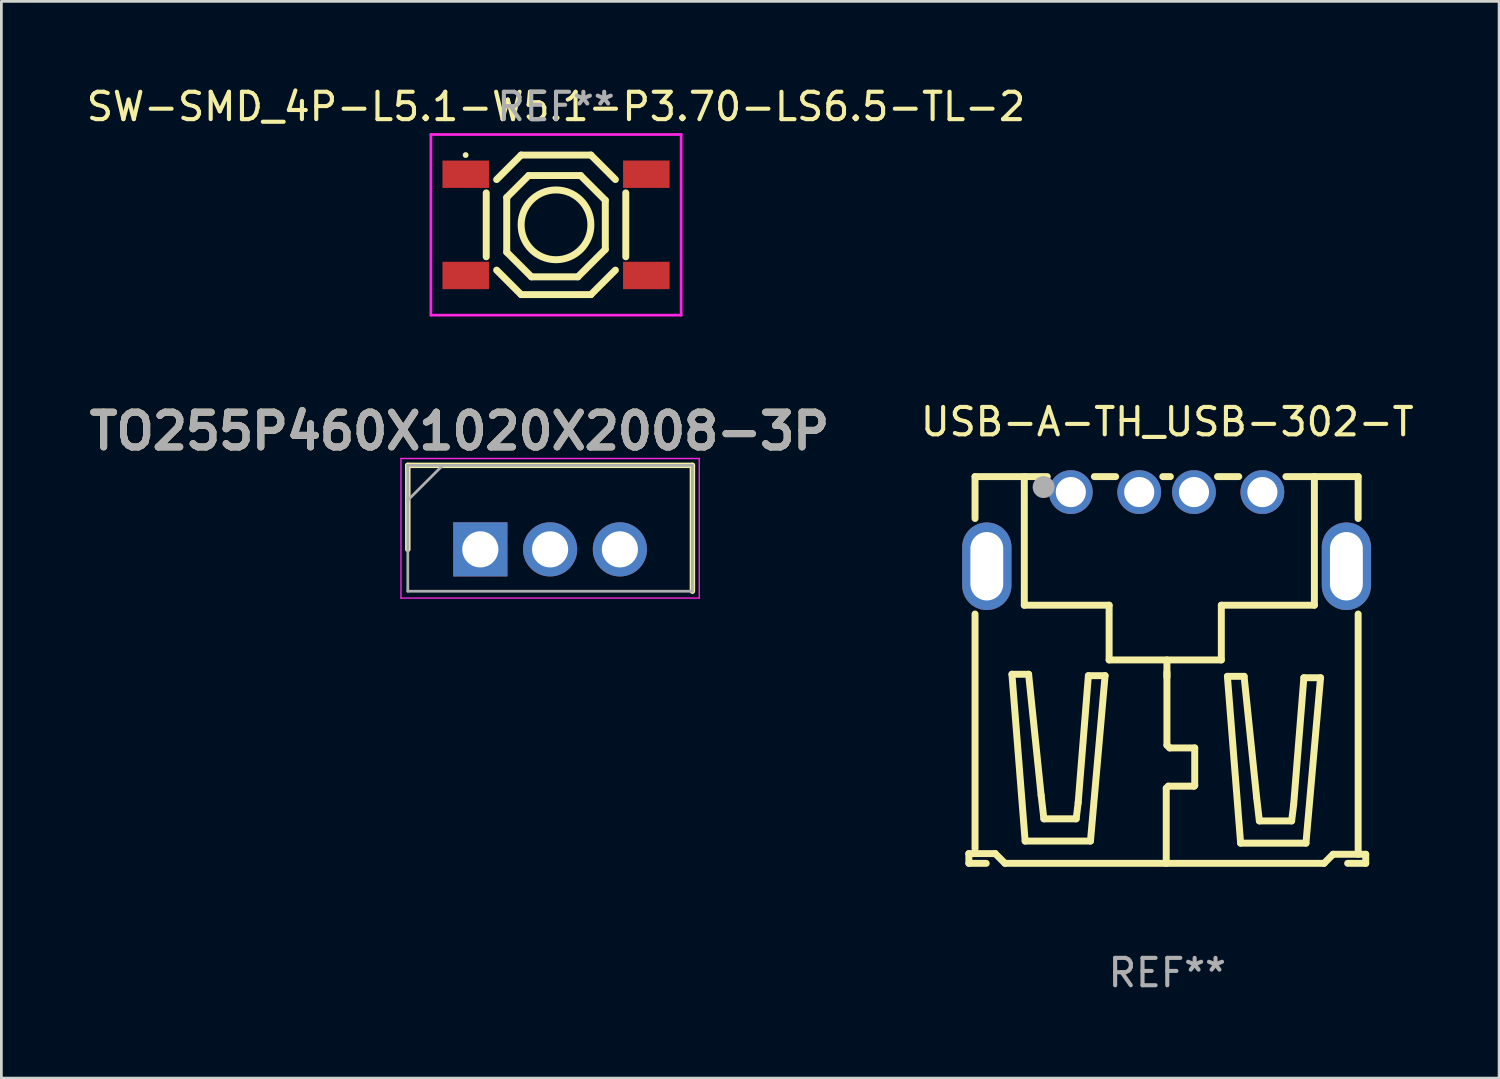
<source format=kicad_pcb>
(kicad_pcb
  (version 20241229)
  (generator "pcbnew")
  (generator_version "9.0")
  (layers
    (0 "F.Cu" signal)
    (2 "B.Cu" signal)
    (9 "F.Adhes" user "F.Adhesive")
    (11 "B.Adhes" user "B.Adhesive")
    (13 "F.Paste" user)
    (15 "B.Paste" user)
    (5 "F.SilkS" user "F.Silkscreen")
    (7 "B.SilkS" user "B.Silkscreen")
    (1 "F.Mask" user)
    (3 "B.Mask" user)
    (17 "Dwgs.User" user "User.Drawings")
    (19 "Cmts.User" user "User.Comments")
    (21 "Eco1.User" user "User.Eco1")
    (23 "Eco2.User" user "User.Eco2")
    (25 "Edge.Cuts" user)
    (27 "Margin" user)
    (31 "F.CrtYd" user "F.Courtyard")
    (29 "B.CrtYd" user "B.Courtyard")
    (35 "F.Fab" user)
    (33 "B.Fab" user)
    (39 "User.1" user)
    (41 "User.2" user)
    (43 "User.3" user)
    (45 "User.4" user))
  (footprint "USB-A-TH_USB-302-T"
    (layer "F.Cu")
    (at 39.605 21.432)
    (property "Reference" "USB-A-TH_USB-302-T" (at 0 -9.066 0) (layer "F.SilkS") (effects (font (size 1 1) (thickness 0.15))))
    (attr through_hole)
    (fp_line (start -7.252 6.71) (end -6.287 6.71) (stroke (width 0.254) (type solid)) (layer "F.SilkS"))
    (fp_line (start -7.252 7.066) (end -6.617 7.066) (stroke (width 0.254) (type solid)) (layer "F.SilkS"))
    (fp_line (start -7.249 7.066) (end -7.252 6.71) (stroke (width 0.254) (type solid)) (layer "F.SilkS"))
    (fp_line (start -7.025 -7.066) (end -4.387 -7.066) (stroke (width 0.254) (type solid)) (layer "F.SilkS"))
    (fp_line (start -7.025 -5.536) (end -7.025 -7.066) (stroke (width 0.254) (type solid)) (layer "F.SilkS"))
    (fp_line (start -7.025 6.535) (end -7.025 -2.044) (stroke (width 0.254) (type solid)) (layer "F.SilkS"))
    (fp_line (start -6.287 6.71) (end -5.931 7.066) (stroke (width 0.254) (type solid)) (layer "F.SilkS"))
    (fp_line (start -5.931 7.066) (end 5.728 7.066) (stroke (width 0.254) (type solid)) (layer "F.SilkS"))
    (fp_line (start -5.677 0.157) (end -5.194 6.253) (stroke (width 0.254) (type solid)) (layer "F.SilkS"))
    (fp_line (start -5.225 -7.066) (end -5.225 -2.366) (stroke (width 0.254) (type solid)) (layer "F.SilkS"))
    (fp_line (start -5.225 -2.366) (end -2.125 -2.366) (stroke (width 0.254) (type solid)) (layer "F.SilkS"))
    (fp_line (start -5.194 6.253) (end -2.807 6.253) (stroke (width 0.254) (type solid)) (layer "F.SilkS"))
    (fp_line (start -5.067 0.157) (end -5.677 0.157) (stroke (width 0.254) (type solid)) (layer "F.SilkS"))
    (fp_line (start -4.61 4.576) (end -5.067 0.157) (stroke (width 0.254) (type solid)) (layer "F.SilkS"))
    (fp_line (start -4.509 5.44) (end -4.61 4.576) (stroke (width 0.254) (type solid)) (layer "F.SilkS"))
    (fp_line (start -3.33 5.44) (end -4.509 5.44) (stroke (width 0.254) (type solid)) (layer "F.SilkS"))
    (fp_line (start -3.256 4.846) (end -3.33 5.44) (stroke (width 0.254) (type solid)) (layer "F.SilkS"))
    (fp_line (start -2.883 0.208) (end -3.256 4.846) (stroke (width 0.254) (type solid)) (layer "F.SilkS"))
    (fp_line (start -2.807 6.253) (end -2.273 0.208) (stroke (width 0.254) (type solid)) (layer "F.SilkS"))
    (fp_line (start -2.664 -7.066) (end -1.887 -7.066) (stroke (width 0.254) (type solid)) (layer "F.SilkS"))
    (fp_line (start -2.273 0.208) (end -2.883 0.208) (stroke (width 0.254) (type solid)) (layer "F.SilkS"))
    (fp_line (start -2.125 -2.366) (end -2.125 -0.366) (stroke (width 0.254) (type solid)) (layer "F.SilkS"))
    (fp_line (start -2.125 -0.366) (end 1.975 -0.366) (stroke (width 0.254) (type solid)) (layer "F.SilkS"))
    (fp_line (start -0.164 -7.066) (end 0.113 -7.066) (stroke (width 0.254) (type solid)) (layer "F.SilkS"))
    (fp_line (start -0.038 4.322) (end -0.038 7.066) (stroke (width 0.254) (type solid)) (layer "F.SilkS"))
    (fp_line (start -0.013 0.081) (end -0.013 2.748) (stroke (width 0.254) (type solid)) (layer "F.SilkS"))
    (fp_line (start -0.013 0.262) (end -0.013 -0.366) (stroke (width 0.254) (type solid)) (layer "F.SilkS"))
    (fp_line (start -0.013 2.748) (end 0.089 2.849) (stroke (width 0.254) (type solid)) (layer "F.SilkS"))
    (fp_line (start 0.038 4.246) (end -0.038 4.322) (stroke (width 0.254) (type solid)) (layer "F.SilkS"))
    (fp_line (start 0.089 2.849) (end 1.003 2.849) (stroke (width 0.254) (type solid)) (layer "F.SilkS"))
    (fp_line (start 0.978 4.246) (end 0.038 4.246) (stroke (width 0.254) (type solid)) (layer "F.SilkS"))
    (fp_line (start 1.003 2.849) (end 1.003 4.221) (stroke (width 0.254) (type solid)) (layer "F.SilkS"))
    (fp_line (start 1.003 4.221) (end 0.978 4.246) (stroke (width 0.254) (type solid)) (layer "F.SilkS"))
    (fp_line (start 1.836 -7.066) (end 2.613 -7.066) (stroke (width 0.254) (type solid)) (layer "F.SilkS"))
    (fp_line (start 1.975 -2.366) (end 5.375 -2.366) (stroke (width 0.254) (type solid)) (layer "F.SilkS"))
    (fp_line (start 1.975 -0.366) (end 1.975 -2.366) (stroke (width 0.254) (type solid)) (layer "F.SilkS"))
    (fp_line (start 2.197 0.233) (end 2.68 6.329) (stroke (width 0.254) (type solid)) (layer "F.SilkS"))
    (fp_line (start 2.68 6.329) (end 5.067 6.329) (stroke (width 0.254) (type solid)) (layer "F.SilkS"))
    (fp_line (start 2.807 0.233) (end 2.197 0.233) (stroke (width 0.254) (type solid)) (layer "F.SilkS"))
    (fp_line (start 3.264 4.653) (end 2.807 0.233) (stroke (width 0.254) (type solid)) (layer "F.SilkS"))
    (fp_line (start 3.365 5.516) (end 3.264 4.653) (stroke (width 0.254) (type solid)) (layer "F.SilkS"))
    (fp_line (start 4.336 -7.066) (end 6.975 -7.066) (stroke (width 0.254) (type solid)) (layer "F.SilkS"))
    (fp_line (start 4.544 5.516) (end 3.365 5.516) (stroke (width 0.254) (type solid)) (layer "F.SilkS"))
    (fp_line (start 4.618 4.922) (end 4.544 5.516) (stroke (width 0.254) (type solid)) (layer "F.SilkS"))
    (fp_line (start 4.991 0.284) (end 4.618 4.922) (stroke (width 0.254) (type solid)) (layer "F.SilkS"))
    (fp_line (start 5.067 6.329) (end 5.601 0.284) (stroke (width 0.254) (type solid)) (layer "F.SilkS"))
    (fp_line (start 5.375 -2.366) (end 5.375 -7.066) (stroke (width 0.254) (type solid)) (layer "F.SilkS"))
    (fp_line (start 5.601 0.284) (end 4.991 0.284) (stroke (width 0.254) (type solid)) (layer "F.SilkS"))
    (fp_line (start 5.728 7.066) (end 6.058 6.735) (stroke (width 0.254) (type solid)) (layer "F.SilkS"))
    (fp_line (start 6.058 6.735) (end 7.252 6.735) (stroke (width 0.254) (type solid)) (layer "F.SilkS"))
    (fp_line (start 6.975 -7.066) (end 6.975 -5.536) (stroke (width 0.254) (type solid)) (layer "F.SilkS"))
    (fp_line (start 6.975 -2.044) (end 6.975 6.735) (stroke (width 0.254) (type solid)) (layer "F.SilkS"))
    (fp_line (start 7.252 6.735) (end 7.252 7.066) (stroke (width 0.254) (type solid)) (layer "F.SilkS"))
    (fp_line (start 7.252 7.066) (end 6.591 7.066) (stroke (width 0.254) (type solid)) (layer "F.SilkS"))
    (fp_circle (center -7.063 -7.026) (end -7.033 -7.026) (stroke (width 0.06) (type solid)) (fill no) (layer "F.SilkS"))
    (fp_circle (center -4.52 -6.683) (end -4.32 -6.683) (stroke (width 0.4) (type solid)) (fill no) (layer "F.Fab"))
    (fp_text user "REF**" (at 0 11.066 0) (layer "F.Fab") (effects (font (size 1 1) (thickness 0.15))))
    (pad "1" thru_hole circle (at -3.525 -6.5) (size 1.6 1.6) (drill 1.1) (layers "*.Cu" "*.Mask"))
    (pad "2" thru_hole circle (at -1.025 -6.5) (size 1.6 1.6) (drill 1.1) (layers "*.Cu" "*.Mask"))
    (pad "3" thru_hole circle (at 0.975 -6.5) (size 1.6 1.6) (drill 1.1) (layers "*.Cu" "*.Mask"))
    (pad "4" thru_hole circle (at 3.475 -6.5) (size 1.6 1.6) (drill 1.1) (layers "*.Cu" "*.Mask"))
    (pad "5" thru_hole oval (at -6.595 -3.79 90) (size 3.2 1.8) (drill oval 2.5 1.2) (layers "*.Cu" "*.Mask"))
    (pad "5" thru_hole oval (at 6.545 -3.79 270) (size 3.2 1.8) (drill oval 2.5 1.2) (layers "*.Cu" "*.Mask")))
  (footprint "TO255P460X1020X2008-3P"
    (layer "F.Cu")
    (at 14.502 17.025)
    (property "Reference" "TO255P460X1020X2008-3P" (at -0.762 -4.318 0) (layer "F.SilkS") (effects (font (size 1.27 1.27) (thickness 0.254))))
    (attr through_hole)
    (fp_line (start -2.65 -3.07) (end -2.65 0) (stroke (width 0.2) (type solid)) (layer "F.SilkS"))
    (fp_line (start 7.75 -3.07) (end -2.65 -3.07) (stroke (width 0.2) (type solid)) (layer "F.SilkS"))
    (fp_line (start 7.75 1.53) (end 7.75 -3.07) (stroke (width 0.2) (type solid)) (layer "F.SilkS"))
    (fp_line (start -2.9 -3.32) (end 8 -3.32) (stroke (width 0.05) (type solid)) (layer "F.CrtYd"))
    (fp_line (start -2.9 1.78) (end -2.9 -3.32) (stroke (width 0.05) (type solid)) (layer "F.CrtYd"))
    (fp_line (start 8 -3.32) (end 8 1.78) (stroke (width 0.05) (type solid)) (layer "F.CrtYd"))
    (fp_line (start 8 1.78) (end -2.9 1.78) (stroke (width 0.05) (type solid)) (layer "F.CrtYd"))
    (fp_line (start -2.65 -3.07) (end 7.75 -3.07) (stroke (width 0.1) (type solid)) (layer "F.Fab"))
    (fp_line (start -2.65 -1.795) (end -1.375 -3.07) (stroke (width 0.1) (type solid)) (layer "F.Fab"))
    (fp_line (start -2.65 1.53) (end -2.65 -3.07) (stroke (width 0.1) (type solid)) (layer "F.Fab"))
    (fp_line (start 7.75 -3.07) (end 7.75 1.53) (stroke (width 0.1) (type solid)) (layer "F.Fab"))
    (fp_line (start 7.75 1.53) (end -2.65 1.53) (stroke (width 0.1) (type solid)) (layer "F.Fab"))
    (fp_text user "${REFERENCE}" (at -0.762 -4.318 0) (layer "F.Fab") (effects (font (size 1.27 1.27) (thickness 0.254))))
    (pad "1" thru_hole rect (at 0 0) (size 1.98 1.98) (drill 1.32) (layers "*.Cu" "*.Mask"))
    (pad "2" thru_hole circle (at 2.55 0) (size 1.98 1.98) (drill 1.32) (layers "*.Cu" "*.Mask"))
    (pad "3" thru_hole circle (at 5.1 0) (size 1.98 1.98) (drill 1.32) (layers "*.Cu" "*.Mask")))
  (footprint "SW-SMD_4P-L5.1-W5.1-P3.70-LS6.5-TL-2"
    (layer "F.Cu")
    (at 17.268 5.166)
    (property "Reference" "SW-SMD_4P-L5.1-W5.1-P3.70-LS6.5-TL-2" (at 0 -4.318 0) (layer "F.SilkS") (effects (font (size 1 1) (thickness 0.15))))
    (attr through_hole)
    (fp_line (start -2.55 -1.168) (end -2.55 1.168) (stroke (width 0.254) (type solid)) (layer "F.SilkS"))
    (fp_line (start -2.17 1.655) (end -1.275 2.55) (stroke (width 0.254) (type solid)) (layer "F.SilkS"))
    (fp_line (start -1.801 -1.001) (end -1.001 -1.801) (stroke (width 0.254) (type solid)) (layer "F.SilkS"))
    (fp_line (start -1.801 0.998) (end -1.801 -1.001) (stroke (width 0.254) (type solid)) (layer "F.SilkS"))
    (fp_line (start -1.275 -2.55) (end -2.17 -1.655) (stroke (width 0.254) (type solid)) (layer "F.SilkS"))
    (fp_line (start -1.275 -2.55) (end 1.275 -2.55) (stroke (width 0.254) (type solid)) (layer "F.SilkS"))
    (fp_line (start -1.275 2.55) (end 1.275 2.55) (stroke (width 0.254) (type solid)) (layer "F.SilkS"))
    (fp_line (start -1.001 -1.801) (end 0.899 -1.801) (stroke (width 0.254) (type solid)) (layer "F.SilkS"))
    (fp_line (start -0.899 1.9) (end -1.801 0.998) (stroke (width 0.254) (type solid)) (layer "F.SilkS"))
    (fp_line (start 0.8 1.9) (end -0.899 1.9) (stroke (width 0.254) (type solid)) (layer "F.SilkS"))
    (fp_line (start 0.899 -1.801) (end 1.801 -0.899) (stroke (width 0.254) (type solid)) (layer "F.SilkS"))
    (fp_line (start 1.275 -2.55) (end 2.17 -1.655) (stroke (width 0.254) (type solid)) (layer "F.SilkS"))
    (fp_line (start 1.801 -0.899) (end 1.801 0.899) (stroke (width 0.254) (type solid)) (layer "F.SilkS"))
    (fp_line (start 1.801 0.899) (end 0.8 1.9) (stroke (width 0.254) (type solid)) (layer "F.SilkS"))
    (fp_line (start 2.17 1.655) (end 1.275 2.55) (stroke (width 0.254) (type solid)) (layer "F.SilkS"))
    (fp_line (start 2.55 -1.168) (end 2.55 1.168) (stroke (width 0.254) (type solid)) (layer "F.SilkS"))
    (fp_circle (center -3.302 -2.55) (end -3.226 -2.55) (stroke (width 0.06) (type solid)) (fill yes) (layer "F.SilkS"))
    (fp_circle (center 0 0) (end 1.275 0) (stroke (width 0.254) (type solid)) (fill no) (layer "F.SilkS"))
    (fp_line (start -4.572 -3.302) (end 4.572 -3.302) (stroke (width 0.1) (type solid)) (layer "F.CrtYd"))
    (fp_line (start -4.572 3.302) (end -4.572 -3.302) (stroke (width 0.1) (type solid)) (layer "F.CrtYd"))
    (fp_line (start 4.572 -3.302) (end 4.572 3.302) (stroke (width 0.1) (type solid)) (layer "F.CrtYd"))
    (fp_line (start 4.572 3.302) (end -4.572 3.302) (stroke (width 0.1) (type solid)) (layer "F.CrtYd"))
    (fp_text user "REF**" (at 0 -4.318 0) (layer "F.Fab") (effects (font (size 1 1) (thickness 0.15))))
    (pad "1" smd rect (at -3.3 -1.849) (size 1.7 1) (layers "F.Cu" "F.Mask" "F.Paste"))
    (pad "2" smd rect (at 3.3 -1.85) (size 1.7 1) (layers "F.Cu" "F.Mask" "F.Paste"))
    (pad "3" smd rect (at -3.3 1.85) (size 1.7 1) (layers "F.Cu" "F.Mask" "F.Paste"))
    (pad "4" smd rect (at 3.3 1.85) (size 1.7 1) (layers "F.Cu" "F.Mask" "F.Paste")))
  (gr_rect
    (start -3 -3)
    (end 51.73 36.346)
    (stroke (width 0.1) (type default))
    (fill no)
    (layer "Edge.Cuts")))
</source>
